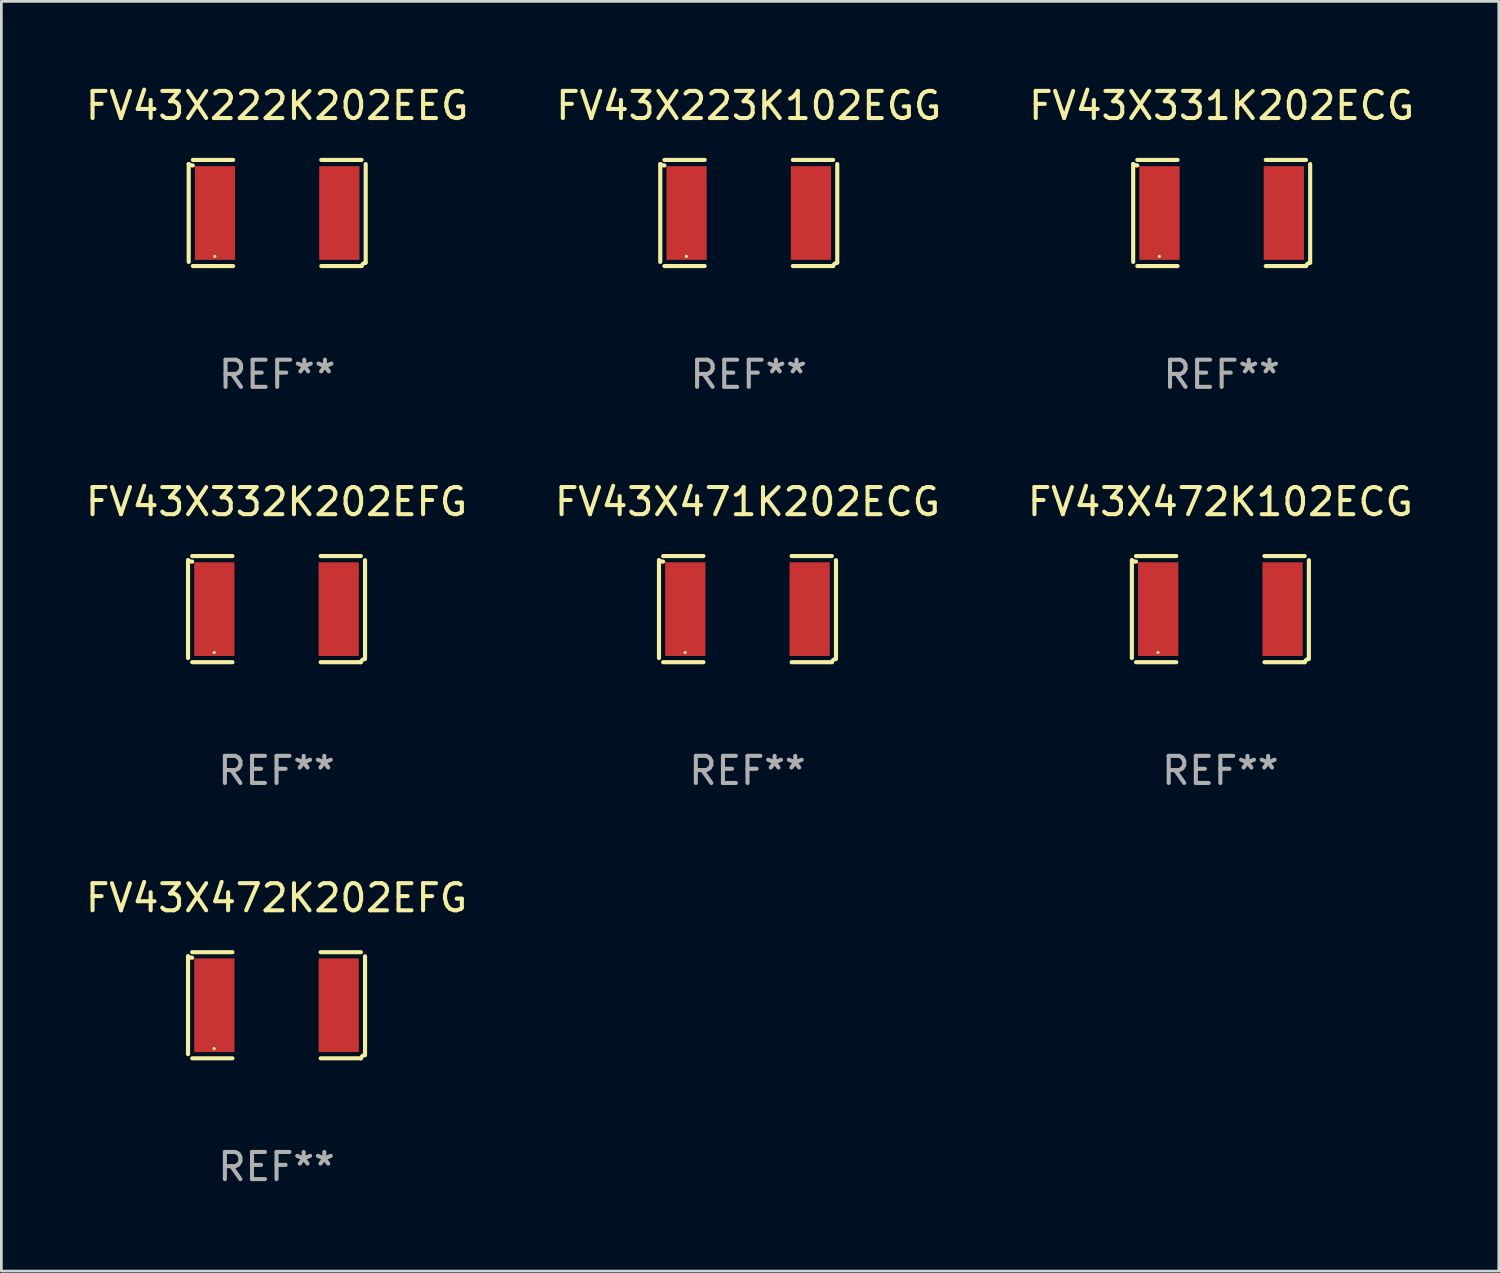
<source format=kicad_pcb>
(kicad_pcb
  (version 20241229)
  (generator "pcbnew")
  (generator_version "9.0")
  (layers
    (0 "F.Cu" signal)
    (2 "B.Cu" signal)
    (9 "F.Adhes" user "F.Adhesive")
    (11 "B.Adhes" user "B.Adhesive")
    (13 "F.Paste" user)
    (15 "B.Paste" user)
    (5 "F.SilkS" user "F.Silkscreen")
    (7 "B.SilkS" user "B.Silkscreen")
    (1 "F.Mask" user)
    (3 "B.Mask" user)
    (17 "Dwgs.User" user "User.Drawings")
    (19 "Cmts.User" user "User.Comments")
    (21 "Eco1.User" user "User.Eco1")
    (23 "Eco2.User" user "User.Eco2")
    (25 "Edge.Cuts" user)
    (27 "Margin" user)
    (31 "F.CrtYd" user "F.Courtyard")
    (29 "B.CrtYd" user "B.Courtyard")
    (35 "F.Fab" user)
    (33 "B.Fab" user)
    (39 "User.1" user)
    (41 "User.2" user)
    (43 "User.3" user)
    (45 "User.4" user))
  (footprint "FV43X222K202EEG"
    (layer "F.Cu")
    (at 7.173 4.805)
    (property "Reference" "FV43X222K202EEG" (at 0 -3.957 0) (layer "F.SilkS") (effects (font (size 1 1) (thickness 0.15))))
    (attr through_hole)
    (fp_line (start -3.264 1.804) (end -3.264 -1.804) (stroke (width 0.152) (type solid)) (layer "F.SilkS"))
    (fp_line (start -3.111 -1.957) (end -1.626 -1.957) (stroke (width 0.152) (type solid)) (layer "F.SilkS"))
    (fp_line (start -1.626 1.957) (end -3.111 1.957) (stroke (width 0.152) (type solid)) (layer "F.SilkS"))
    (fp_line (start 1.626 1.957) (end 3.111 1.957) (stroke (width 0.152) (type solid)) (layer "F.SilkS"))
    (fp_line (start 3.111 -1.957) (end 1.626 -1.957) (stroke (width 0.152) (type solid)) (layer "F.SilkS"))
    (fp_line (start 3.264 1.804) (end 3.264 -1.804) (stroke (width 0.152) (type solid)) (layer "F.SilkS"))
    (fp_arc (start -3.111202 -1.752192) (mid -3.191715 -1.76555) (end -3.263602 -1.804191) (stroke (width 0.1524) (type solid)) (layer "F.SilkS"))
    (fp_arc (start 3.111201 1.956591) (mid 3.167789 1.872777) (end 3.263602 1.840424) (stroke (width 0.1524) (type solid)) (layer "F.SilkS"))
    (fp_circle (center -2.3 1.6) (end -2.27 1.6) (stroke (width 0.06) (type solid)) (fill no) (layer "F.SilkS"))
    (fp_text user "REF**" (at 0 5.957 0) (layer "F.Fab") (effects (font (size 1 1) (thickness 0.15))))
    (pad "1" smd rect (at -2.293 0) (size 1.485 3.456) (layers "F.Cu" "F.Mask" "F.Paste"))
    (pad "2" smd rect (at 2.293 0) (size 1.485 3.456) (layers "F.Cu" "F.Mask" "F.Paste")))
  (footprint "FV43X472K102ECG"
    (layer "F.Cu")
    (at 41.958 19.415)
    (property "Reference" "FV43X472K102ECG" (at 0 -3.957 0) (layer "F.SilkS") (effects (font (size 1 1) (thickness 0.15))))
    (attr through_hole)
    (fp_line (start -3.264 1.804) (end -3.264 -1.804) (stroke (width 0.152) (type solid)) (layer "F.SilkS"))
    (fp_line (start -3.111 -1.957) (end -1.626 -1.957) (stroke (width 0.152) (type solid)) (layer "F.SilkS"))
    (fp_line (start -1.626 1.957) (end -3.111 1.957) (stroke (width 0.152) (type solid)) (layer "F.SilkS"))
    (fp_line (start 1.626 1.957) (end 3.111 1.957) (stroke (width 0.152) (type solid)) (layer "F.SilkS"))
    (fp_line (start 3.111 -1.957) (end 1.626 -1.957) (stroke (width 0.152) (type solid)) (layer "F.SilkS"))
    (fp_line (start 3.264 1.804) (end 3.264 -1.804) (stroke (width 0.152) (type solid)) (layer "F.SilkS"))
    (fp_arc (start -3.111202 -1.752192) (mid -3.191715 -1.76555) (end -3.263602 -1.804191) (stroke (width 0.1524) (type solid)) (layer "F.SilkS"))
    (fp_arc (start 3.111201 1.956591) (mid 3.167789 1.872777) (end 3.263602 1.840424) (stroke (width 0.1524) (type solid)) (layer "F.SilkS"))
    (fp_circle (center -2.3 1.6) (end -2.27 1.6) (stroke (width 0.06) (type solid)) (fill no) (layer "F.SilkS"))
    (fp_text user "REF**" (at 0 5.957 0) (layer "F.Fab") (effects (font (size 1 1) (thickness 0.15))))
    (pad "1" smd rect (at -2.293 0) (size 1.485 3.456) (layers "F.Cu" "F.Mask" "F.Paste"))
    (pad "2" smd rect (at 2.293 0) (size 1.485 3.456) (layers "F.Cu" "F.Mask" "F.Paste")))
  (footprint "FV43X223K102EGG"
    (layer "F.Cu")
    (at 24.565 4.805)
    (property "Reference" "FV43X223K102EGG" (at 0 -3.957 0) (layer "F.SilkS") (effects (font (size 1 1) (thickness 0.15))))
    (attr through_hole)
    (fp_line (start -3.264 1.804) (end -3.264 -1.804) (stroke (width 0.152) (type solid)) (layer "F.SilkS"))
    (fp_line (start -3.111 -1.957) (end -1.626 -1.957) (stroke (width 0.152) (type solid)) (layer "F.SilkS"))
    (fp_line (start -1.626 1.957) (end -3.111 1.957) (stroke (width 0.152) (type solid)) (layer "F.SilkS"))
    (fp_line (start 1.626 1.957) (end 3.111 1.957) (stroke (width 0.152) (type solid)) (layer "F.SilkS"))
    (fp_line (start 3.111 -1.957) (end 1.626 -1.957) (stroke (width 0.152) (type solid)) (layer "F.SilkS"))
    (fp_line (start 3.264 1.804) (end 3.264 -1.804) (stroke (width 0.152) (type solid)) (layer "F.SilkS"))
    (fp_arc (start -3.111202 -1.752192) (mid -3.191715 -1.76555) (end -3.263602 -1.804191) (stroke (width 0.1524) (type solid)) (layer "F.SilkS"))
    (fp_arc (start 3.111201 1.956591) (mid 3.167789 1.872777) (end 3.263602 1.840424) (stroke (width 0.1524) (type solid)) (layer "F.SilkS"))
    (fp_circle (center -2.3 1.6) (end -2.27 1.6) (stroke (width 0.06) (type solid)) (fill no) (layer "F.SilkS"))
    (fp_text user "REF**" (at 0 5.957 0) (layer "F.Fab") (effects (font (size 1 1) (thickness 0.15))))
    (pad "1" smd rect (at -2.293 0) (size 1.485 3.456) (layers "F.Cu" "F.Mask" "F.Paste"))
    (pad "2" smd rect (at 2.293 0) (size 1.485 3.456) (layers "F.Cu" "F.Mask" "F.Paste")))
  (footprint "FV43X472K202EFG"
    (layer "F.Cu")
    (at 7.149 34.024)
    (property "Reference" "FV43X472K202EFG" (at 0 -3.957 0) (layer "F.SilkS") (effects (font (size 1 1) (thickness 0.15))))
    (attr through_hole)
    (fp_line (start -3.264 1.804) (end -3.264 -1.804) (stroke (width 0.152) (type solid)) (layer "F.SilkS"))
    (fp_line (start -3.111 -1.957) (end -1.626 -1.957) (stroke (width 0.152) (type solid)) (layer "F.SilkS"))
    (fp_line (start -1.626 1.957) (end -3.111 1.957) (stroke (width 0.152) (type solid)) (layer "F.SilkS"))
    (fp_line (start 1.626 1.957) (end 3.111 1.957) (stroke (width 0.152) (type solid)) (layer "F.SilkS"))
    (fp_line (start 3.111 -1.957) (end 1.626 -1.957) (stroke (width 0.152) (type solid)) (layer "F.SilkS"))
    (fp_line (start 3.264 1.804) (end 3.264 -1.804) (stroke (width 0.152) (type solid)) (layer "F.SilkS"))
    (fp_arc (start -3.111202 -1.752192) (mid -3.191715 -1.76555) (end -3.263602 -1.804191) (stroke (width 0.1524) (type solid)) (layer "F.SilkS"))
    (fp_arc (start 3.111201 1.956591) (mid 3.167789 1.872777) (end 3.263602 1.840424) (stroke (width 0.1524) (type solid)) (layer "F.SilkS"))
    (fp_circle (center -2.3 1.6) (end -2.27 1.6) (stroke (width 0.06) (type solid)) (fill no) (layer "F.SilkS"))
    (fp_text user "REF**" (at 0 5.957 0) (layer "F.Fab") (effects (font (size 1 1) (thickness 0.15))))
    (pad "1" smd rect (at -2.293 0) (size 1.485 3.456) (layers "F.Cu" "F.Mask" "F.Paste"))
    (pad "2" smd rect (at 2.293 0) (size 1.485 3.456) (layers "F.Cu" "F.Mask" "F.Paste")))
  (footprint "FV43X331K202ECG"
    (layer "F.Cu")
    (at 42.006 4.805)
    (property "Reference" "FV43X331K202ECG" (at 0 -3.957 0) (layer "F.SilkS") (effects (font (size 1 1) (thickness 0.15))))
    (attr through_hole)
    (fp_line (start -3.264 1.804) (end -3.264 -1.804) (stroke (width 0.152) (type solid)) (layer "F.SilkS"))
    (fp_line (start -3.111 -1.957) (end -1.626 -1.957) (stroke (width 0.152) (type solid)) (layer "F.SilkS"))
    (fp_line (start -1.626 1.957) (end -3.111 1.957) (stroke (width 0.152) (type solid)) (layer "F.SilkS"))
    (fp_line (start 1.626 1.957) (end 3.111 1.957) (stroke (width 0.152) (type solid)) (layer "F.SilkS"))
    (fp_line (start 3.111 -1.957) (end 1.626 -1.957) (stroke (width 0.152) (type solid)) (layer "F.SilkS"))
    (fp_line (start 3.264 1.804) (end 3.264 -1.804) (stroke (width 0.152) (type solid)) (layer "F.SilkS"))
    (fp_arc (start -3.111202 -1.752192) (mid -3.191715 -1.76555) (end -3.263602 -1.804191) (stroke (width 0.1524) (type solid)) (layer "F.SilkS"))
    (fp_arc (start 3.111201 1.956591) (mid 3.167789 1.872777) (end 3.263602 1.840424) (stroke (width 0.1524) (type solid)) (layer "F.SilkS"))
    (fp_circle (center -2.3 1.6) (end -2.27 1.6) (stroke (width 0.06) (type solid)) (fill no) (layer "F.SilkS"))
    (fp_text user "REF**" (at 0 5.957 0) (layer "F.Fab") (effects (font (size 1 1) (thickness 0.15))))
    (pad "1" smd rect (at -2.293 0) (size 1.485 3.456) (layers "F.Cu" "F.Mask" "F.Paste"))
    (pad "2" smd rect (at 2.293 0) (size 1.485 3.456) (layers "F.Cu" "F.Mask" "F.Paste")))
  (footprint "FV43X332K202EFG"
    (layer "F.Cu")
    (at 7.149 19.415)
    (property "Reference" "FV43X332K202EFG" (at 0 -3.957 0) (layer "F.SilkS") (effects (font (size 1 1) (thickness 0.15))))
    (attr through_hole)
    (fp_line (start -3.264 1.804) (end -3.264 -1.804) (stroke (width 0.152) (type solid)) (layer "F.SilkS"))
    (fp_line (start -3.111 -1.957) (end -1.626 -1.957) (stroke (width 0.152) (type solid)) (layer "F.SilkS"))
    (fp_line (start -1.626 1.957) (end -3.111 1.957) (stroke (width 0.152) (type solid)) (layer "F.SilkS"))
    (fp_line (start 1.626 1.957) (end 3.111 1.957) (stroke (width 0.152) (type solid)) (layer "F.SilkS"))
    (fp_line (start 3.111 -1.957) (end 1.626 -1.957) (stroke (width 0.152) (type solid)) (layer "F.SilkS"))
    (fp_line (start 3.264 1.804) (end 3.264 -1.804) (stroke (width 0.152) (type solid)) (layer "F.SilkS"))
    (fp_arc (start -3.111202 -1.752192) (mid -3.191715 -1.76555) (end -3.263602 -1.804191) (stroke (width 0.1524) (type solid)) (layer "F.SilkS"))
    (fp_arc (start 3.111201 1.956591) (mid 3.167789 1.872777) (end 3.263602 1.840424) (stroke (width 0.1524) (type solid)) (layer "F.SilkS"))
    (fp_circle (center -2.3 1.6) (end -2.27 1.6) (stroke (width 0.06) (type solid)) (fill no) (layer "F.SilkS"))
    (fp_text user "REF**" (at 0 5.957 0) (layer "F.Fab") (effects (font (size 1 1) (thickness 0.15))))
    (pad "1" smd rect (at -2.293 0) (size 1.485 3.456) (layers "F.Cu" "F.Mask" "F.Paste"))
    (pad "2" smd rect (at 2.293 0) (size 1.485 3.456) (layers "F.Cu" "F.Mask" "F.Paste")))
  (footprint "FV43X471K202ECG"
    (layer "F.Cu")
    (at 24.518 19.415)
    (property "Reference" "FV43X471K202ECG" (at 0 -3.957 0) (layer "F.SilkS") (effects (font (size 1 1) (thickness 0.15))))
    (attr through_hole)
    (fp_line (start -3.264 1.804) (end -3.264 -1.804) (stroke (width 0.152) (type solid)) (layer "F.SilkS"))
    (fp_line (start -3.111 -1.957) (end -1.626 -1.957) (stroke (width 0.152) (type solid)) (layer "F.SilkS"))
    (fp_line (start -1.626 1.957) (end -3.111 1.957) (stroke (width 0.152) (type solid)) (layer "F.SilkS"))
    (fp_line (start 1.626 1.957) (end 3.111 1.957) (stroke (width 0.152) (type solid)) (layer "F.SilkS"))
    (fp_line (start 3.111 -1.957) (end 1.626 -1.957) (stroke (width 0.152) (type solid)) (layer "F.SilkS"))
    (fp_line (start 3.264 1.804) (end 3.264 -1.804) (stroke (width 0.152) (type solid)) (layer "F.SilkS"))
    (fp_arc (start -3.111202 -1.752192) (mid -3.191715 -1.76555) (end -3.263602 -1.804191) (stroke (width 0.1524) (type solid)) (layer "F.SilkS"))
    (fp_arc (start 3.111201 1.956591) (mid 3.167789 1.872777) (end 3.263602 1.840424) (stroke (width 0.1524) (type solid)) (layer "F.SilkS"))
    (fp_circle (center -2.3 1.6) (end -2.27 1.6) (stroke (width 0.06) (type solid)) (fill no) (layer "F.SilkS"))
    (fp_text user "REF**" (at 0 5.957 0) (layer "F.Fab") (effects (font (size 1 1) (thickness 0.15))))
    (pad "1" smd rect (at -2.293 0) (size 1.485 3.456) (layers "F.Cu" "F.Mask" "F.Paste"))
    (pad "2" smd rect (at 2.293 0) (size 1.485 3.456) (layers "F.Cu" "F.Mask" "F.Paste")))
  (gr_rect
    (start -3 -3)
    (end 52.226 43.829)
    (stroke (width 0.1) (type default))
    (fill no)
    (layer "Edge.Cuts")))
</source>
